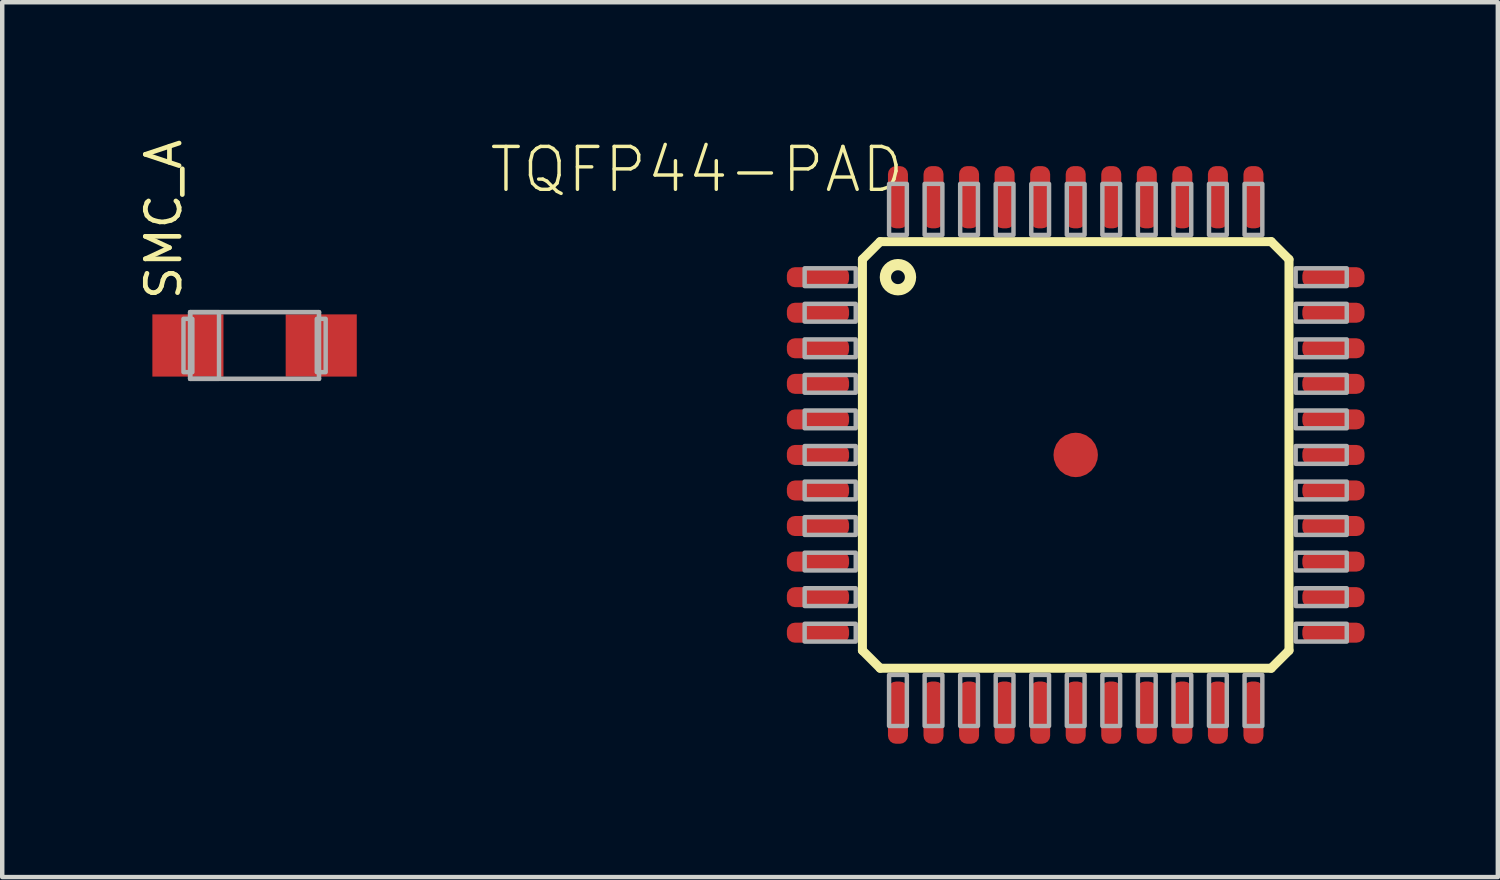
<source format=kicad_pcb>
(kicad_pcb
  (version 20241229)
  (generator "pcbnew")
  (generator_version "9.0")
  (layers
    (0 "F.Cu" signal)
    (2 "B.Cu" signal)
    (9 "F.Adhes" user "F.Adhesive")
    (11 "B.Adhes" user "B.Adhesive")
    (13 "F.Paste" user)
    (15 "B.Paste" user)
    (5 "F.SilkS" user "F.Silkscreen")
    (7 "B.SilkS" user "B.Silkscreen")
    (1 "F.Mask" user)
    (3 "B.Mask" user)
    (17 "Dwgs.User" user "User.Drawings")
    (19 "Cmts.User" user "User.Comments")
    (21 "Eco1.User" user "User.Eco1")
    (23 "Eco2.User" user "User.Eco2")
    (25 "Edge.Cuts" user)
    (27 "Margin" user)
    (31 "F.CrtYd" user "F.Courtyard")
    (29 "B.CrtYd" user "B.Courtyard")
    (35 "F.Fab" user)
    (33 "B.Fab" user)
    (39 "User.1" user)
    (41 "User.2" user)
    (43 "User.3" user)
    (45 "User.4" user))
  (footprint "TQFP44-PAD"
    (layer "F.Cu")
    (at 21.158 7.188)
    (property "Reference" "TQFP44-PAD" (at -3.81 -6.985 0) (layer "F.SilkS") (effects (font (size 0.965 0.965) (thickness 0.077)) (justify right top)))
    (attr through_hole)
    (fp_line (start -4.8 -4.4) (end -4.4 -4.8) (stroke (width 0.203) (type solid)) (layer "F.SilkS"))
    (fp_line (start -4.8 4.4) (end -4.8 -4.4) (stroke (width 0.203) (type solid)) (layer "F.SilkS"))
    (fp_line (start -4.4 -4.8) (end 4.4 -4.8) (stroke (width 0.203) (type solid)) (layer "F.SilkS"))
    (fp_line (start -4.4 4.8) (end -4.8 4.4) (stroke (width 0.203) (type solid)) (layer "F.SilkS"))
    (fp_line (start 4.4 -4.8) (end 4.8 -4.4) (stroke (width 0.203) (type solid)) (layer "F.SilkS"))
    (fp_line (start 4.4 4.8) (end -4.4 4.8) (stroke (width 0.203) (type solid)) (layer "F.SilkS"))
    (fp_line (start 4.8 -4.4) (end 4.8 4.4) (stroke (width 0.203) (type solid)) (layer "F.SilkS"))
    (fp_line (start 4.8 4.4) (end 4.4 4.8) (stroke (width 0.203) (type solid)) (layer "F.SilkS"))
    (fp_circle (center -4 -4) (end -3.717 -4) (stroke (width 0.254) (type solid)) (fill no) (layer "F.SilkS"))
    (fp_poly (pts (xy -6.1 -3.8) (xy -4.95 -3.8) (xy -4.95 -4.2) (xy -6.1 -4.2)) (stroke (width 0.1) (type solid)) (fill no) (layer "F.Fab"))
    (fp_poly (pts (xy -6.1 -3) (xy -4.95 -3) (xy -4.95 -3.4) (xy -6.1 -3.4)) (stroke (width 0.1) (type solid)) (fill no) (layer "F.Fab"))
    (fp_poly (pts (xy -6.1 -2.2) (xy -4.95 -2.2) (xy -4.95 -2.6) (xy -6.1 -2.6)) (stroke (width 0.1) (type solid)) (fill no) (layer "F.Fab"))
    (fp_poly (pts (xy -6.1 -1.4) (xy -4.95 -1.4) (xy -4.95 -1.8) (xy -6.1 -1.8)) (stroke (width 0.1) (type solid)) (fill no) (layer "F.Fab"))
    (fp_poly (pts (xy -6.1 -0.6) (xy -4.95 -0.6) (xy -4.95 -1) (xy -6.1 -1)) (stroke (width 0.1) (type solid)) (fill no) (layer "F.Fab"))
    (fp_poly (pts (xy -6.1 0.2) (xy -4.95 0.2) (xy -4.95 -0.2) (xy -6.1 -0.2)) (stroke (width 0.1) (type solid)) (fill no) (layer "F.Fab"))
    (fp_poly (pts (xy -6.1 1) (xy -4.95 1) (xy -4.95 0.6) (xy -6.1 0.6)) (stroke (width 0.1) (type solid)) (fill no) (layer "F.Fab"))
    (fp_poly (pts (xy -6.1 1.8) (xy -4.95 1.8) (xy -4.95 1.4) (xy -6.1 1.4)) (stroke (width 0.1) (type solid)) (fill no) (layer "F.Fab"))
    (fp_poly (pts (xy -6.1 2.6) (xy -4.95 2.6) (xy -4.95 2.2) (xy -6.1 2.2)) (stroke (width 0.1) (type solid)) (fill no) (layer "F.Fab"))
    (fp_poly (pts (xy -6.1 3.4) (xy -4.95 3.4) (xy -4.95 3) (xy -6.1 3)) (stroke (width 0.1) (type solid)) (fill no) (layer "F.Fab"))
    (fp_poly (pts (xy -6.1 4.2) (xy -4.95 4.2) (xy -4.95 3.8) (xy -6.1 3.8)) (stroke (width 0.1) (type solid)) (fill no) (layer "F.Fab"))
    (fp_poly (pts (xy -4.2 -4.95) (xy -3.8 -4.95) (xy -3.8 -6.1) (xy -4.2 -6.1)) (stroke (width 0.1) (type solid)) (fill no) (layer "F.Fab"))
    (fp_poly (pts (xy -4.2 6.1) (xy -3.8 6.1) (xy -3.8 4.95) (xy -4.2 4.95)) (stroke (width 0.1) (type solid)) (fill no) (layer "F.Fab"))
    (fp_poly (pts (xy -3.4 -4.95) (xy -3 -4.95) (xy -3 -6.1) (xy -3.4 -6.1)) (stroke (width 0.1) (type solid)) (fill no) (layer "F.Fab"))
    (fp_poly (pts (xy -3.4 6.1) (xy -3 6.1) (xy -3 4.95) (xy -3.4 4.95)) (stroke (width 0.1) (type solid)) (fill no) (layer "F.Fab"))
    (fp_poly (pts (xy -2.6 -4.95) (xy -2.2 -4.95) (xy -2.2 -6.1) (xy -2.6 -6.1)) (stroke (width 0.1) (type solid)) (fill no) (layer "F.Fab"))
    (fp_poly (pts (xy -2.6 6.1) (xy -2.2 6.1) (xy -2.2 4.95) (xy -2.6 4.95)) (stroke (width 0.1) (type solid)) (fill no) (layer "F.Fab"))
    (fp_poly (pts (xy -1.8 -4.95) (xy -1.4 -4.95) (xy -1.4 -6.1) (xy -1.8 -6.1)) (stroke (width 0.1) (type solid)) (fill no) (layer "F.Fab"))
    (fp_poly (pts (xy -1.8 6.1) (xy -1.4 6.1) (xy -1.4 4.95) (xy -1.8 4.95)) (stroke (width 0.1) (type solid)) (fill no) (layer "F.Fab"))
    (fp_poly (pts (xy -1 -4.95) (xy -0.6 -4.95) (xy -0.6 -6.1) (xy -1 -6.1)) (stroke (width 0.1) (type solid)) (fill no) (layer "F.Fab"))
    (fp_poly (pts (xy -1 6.1) (xy -0.6 6.1) (xy -0.6 4.95) (xy -1 4.95)) (stroke (width 0.1) (type solid)) (fill no) (layer "F.Fab"))
    (fp_poly (pts (xy -0.2 -4.95) (xy 0.2 -4.95) (xy 0.2 -6.1) (xy -0.2 -6.1)) (stroke (width 0.1) (type solid)) (fill no) (layer "F.Fab"))
    (fp_poly (pts (xy -0.2 6.1) (xy 0.2 6.1) (xy 0.2 4.95) (xy -0.2 4.95)) (stroke (width 0.1) (type solid)) (fill no) (layer "F.Fab"))
    (fp_poly (pts (xy 0.6 -4.95) (xy 1 -4.95) (xy 1 -6.1) (xy 0.6 -6.1)) (stroke (width 0.1) (type solid)) (fill no) (layer "F.Fab"))
    (fp_poly (pts (xy 0.6 6.1) (xy 1 6.1) (xy 1 4.95) (xy 0.6 4.95)) (stroke (width 0.1) (type solid)) (fill no) (layer "F.Fab"))
    (fp_poly (pts (xy 1.4 -4.95) (xy 1.8 -4.95) (xy 1.8 -6.1) (xy 1.4 -6.1)) (stroke (width 0.1) (type solid)) (fill no) (layer "F.Fab"))
    (fp_poly (pts (xy 1.4 6.1) (xy 1.8 6.1) (xy 1.8 4.95) (xy 1.4 4.95)) (stroke (width 0.1) (type solid)) (fill no) (layer "F.Fab"))
    (fp_poly (pts (xy 2.2 -4.95) (xy 2.6 -4.95) (xy 2.6 -6.1) (xy 2.2 -6.1)) (stroke (width 0.1) (type solid)) (fill no) (layer "F.Fab"))
    (fp_poly (pts (xy 2.2 6.1) (xy 2.6 6.1) (xy 2.6 4.95) (xy 2.2 4.95)) (stroke (width 0.1) (type solid)) (fill no) (layer "F.Fab"))
    (fp_poly (pts (xy 3 -4.95) (xy 3.4 -4.95) (xy 3.4 -6.1) (xy 3 -6.1)) (stroke (width 0.1) (type solid)) (fill no) (layer "F.Fab"))
    (fp_poly (pts (xy 3 6.1) (xy 3.4 6.1) (xy 3.4 4.95) (xy 3 4.95)) (stroke (width 0.1) (type solid)) (fill no) (layer "F.Fab"))
    (fp_poly (pts (xy 3.8 -4.95) (xy 4.2 -4.95) (xy 4.2 -6.1) (xy 3.8 -6.1)) (stroke (width 0.1) (type solid)) (fill no) (layer "F.Fab"))
    (fp_poly (pts (xy 3.8 6.1) (xy 4.2 6.1) (xy 4.2 4.95) (xy 3.8 4.95)) (stroke (width 0.1) (type solid)) (fill no) (layer "F.Fab"))
    (fp_poly (pts (xy 4.95 -3.8) (xy 6.1 -3.8) (xy 6.1 -4.2) (xy 4.95 -4.2)) (stroke (width 0.1) (type solid)) (fill no) (layer "F.Fab"))
    (fp_poly (pts (xy 4.95 -3) (xy 6.1 -3) (xy 6.1 -3.4) (xy 4.95 -3.4)) (stroke (width 0.1) (type solid)) (fill no) (layer "F.Fab"))
    (fp_poly (pts (xy 4.95 -2.2) (xy 6.1 -2.2) (xy 6.1 -2.6) (xy 4.95 -2.6)) (stroke (width 0.1) (type solid)) (fill no) (layer "F.Fab"))
    (fp_poly (pts (xy 4.95 -1.4) (xy 6.1 -1.4) (xy 6.1 -1.8) (xy 4.95 -1.8)) (stroke (width 0.1) (type solid)) (fill no) (layer "F.Fab"))
    (fp_poly (pts (xy 4.95 -0.6) (xy 6.1 -0.6) (xy 6.1 -1) (xy 4.95 -1)) (stroke (width 0.1) (type solid)) (fill no) (layer "F.Fab"))
    (fp_poly (pts (xy 4.95 0.2) (xy 6.1 0.2) (xy 6.1 -0.2) (xy 4.95 -0.2)) (stroke (width 0.1) (type solid)) (fill no) (layer "F.Fab"))
    (fp_poly (pts (xy 4.95 1) (xy 6.1 1) (xy 6.1 0.6) (xy 4.95 0.6)) (stroke (width 0.1) (type solid)) (fill no) (layer "F.Fab"))
    (fp_poly (pts (xy 4.95 1.8) (xy 6.1 1.8) (xy 6.1 1.4) (xy 4.95 1.4)) (stroke (width 0.1) (type solid)) (fill no) (layer "F.Fab"))
    (fp_poly (pts (xy 4.95 2.6) (xy 6.1 2.6) (xy 6.1 2.2) (xy 4.95 2.2)) (stroke (width 0.1) (type solid)) (fill no) (layer "F.Fab"))
    (fp_poly (pts (xy 4.95 3.4) (xy 6.1 3.4) (xy 6.1 3) (xy 4.95 3)) (stroke (width 0.1) (type solid)) (fill no) (layer "F.Fab"))
    (fp_poly (pts (xy 4.95 4.2) (xy 6.1 4.2) (xy 6.1 3.8) (xy 4.95 3.8)) (stroke (width 0.1) (type solid)) (fill no) (layer "F.Fab"))
    (pad "1" smd roundrect (at -5.8 -4) (size 1.4 0.45) (layers "F.Cu" "F.Mask" "F.Paste") (roundrect_rratio 0.4))
    (pad "2" smd roundrect (at -5.8 -3.2) (size 1.4 0.45) (layers "F.Cu" "F.Mask" "F.Paste") (roundrect_rratio 0.4))
    (pad "3" smd roundrect (at -5.8 -2.4) (size 1.4 0.45) (layers "F.Cu" "F.Mask" "F.Paste") (roundrect_rratio 0.4))
    (pad "4" smd roundrect (at -5.8 -1.6) (size 1.4 0.45) (layers "F.Cu" "F.Mask" "F.Paste") (roundrect_rratio 0.4))
    (pad "5" smd roundrect (at -5.8 -0.8) (size 1.4 0.45) (layers "F.Cu" "F.Mask" "F.Paste") (roundrect_rratio 0.4))
    (pad "6" smd roundrect (at -5.8 0) (size 1.4 0.45) (layers "F.Cu" "F.Mask" "F.Paste") (roundrect_rratio 0.4))
    (pad "7" smd roundrect (at -5.8 0.8) (size 1.4 0.45) (layers "F.Cu" "F.Mask" "F.Paste") (roundrect_rratio 0.4))
    (pad "8" smd roundrect (at -5.8 1.6) (size 1.4 0.45) (layers "F.Cu" "F.Mask" "F.Paste") (roundrect_rratio 0.4))
    (pad "9" smd roundrect (at -5.8 2.4) (size 1.4 0.45) (layers "F.Cu" "F.Mask" "F.Paste") (roundrect_rratio 0.4))
    (pad "10" smd roundrect (at -5.8 3.2) (size 1.4 0.45) (layers "F.Cu" "F.Mask" "F.Paste") (roundrect_rratio 0.4))
    (pad "11" smd roundrect (at -5.8 4) (size 1.4 0.45) (layers "F.Cu" "F.Mask" "F.Paste") (roundrect_rratio 0.4))
    (pad "12" smd roundrect (at -4 5.8) (size 0.45 1.4) (layers "F.Cu" "F.Mask" "F.Paste") (roundrect_rratio 0.4))
    (pad "13" smd roundrect (at -3.2 5.8) (size 0.45 1.4) (layers "F.Cu" "F.Mask" "F.Paste") (roundrect_rratio 0.4))
    (pad "14" smd roundrect (at -2.4 5.8) (size 0.45 1.4) (layers "F.Cu" "F.Mask" "F.Paste") (roundrect_rratio 0.4))
    (pad "15" smd roundrect (at -1.6 5.8) (size 0.45 1.4) (layers "F.Cu" "F.Mask" "F.Paste") (roundrect_rratio 0.4))
    (pad "16" smd roundrect (at -0.8 5.8) (size 0.45 1.4) (layers "F.Cu" "F.Mask" "F.Paste") (roundrect_rratio 0.4))
    (pad "17" smd roundrect (at 0 5.8) (size 0.45 1.4) (layers "F.Cu" "F.Mask" "F.Paste") (roundrect_rratio 0.4))
    (pad "18" smd roundrect (at 0.8 5.8) (size 0.45 1.4) (layers "F.Cu" "F.Mask" "F.Paste") (roundrect_rratio 0.4))
    (pad "19" smd roundrect (at 1.6 5.8) (size 0.45 1.4) (layers "F.Cu" "F.Mask" "F.Paste") (roundrect_rratio 0.4))
    (pad "20" smd roundrect (at 2.4 5.8) (size 0.45 1.4) (layers "F.Cu" "F.Mask" "F.Paste") (roundrect_rratio 0.4))
    (pad "21" smd roundrect (at 3.2 5.8) (size 0.45 1.4) (layers "F.Cu" "F.Mask" "F.Paste") (roundrect_rratio 0.4))
    (pad "22" smd roundrect (at 4 5.8) (size 0.45 1.4) (layers "F.Cu" "F.Mask" "F.Paste") (roundrect_rratio 0.4))
    (pad "23" smd roundrect (at 5.8 4) (size 1.4 0.45) (layers "F.Cu" "F.Mask" "F.Paste") (roundrect_rratio 0.4))
    (pad "24" smd roundrect (at 5.8 3.2) (size 1.4 0.45) (layers "F.Cu" "F.Mask" "F.Paste") (roundrect_rratio 0.4))
    (pad "25" smd roundrect (at 5.8 2.4) (size 1.4 0.45) (layers "F.Cu" "F.Mask" "F.Paste") (roundrect_rratio 0.4))
    (pad "26" smd roundrect (at 5.8 1.6) (size 1.4 0.45) (layers "F.Cu" "F.Mask" "F.Paste") (roundrect_rratio 0.4))
    (pad "27" smd roundrect (at 5.8 0.8) (size 1.4 0.45) (layers "F.Cu" "F.Mask" "F.Paste") (roundrect_rratio 0.4))
    (pad "28" smd roundrect (at 5.8 0) (size 1.4 0.45) (layers "F.Cu" "F.Mask" "F.Paste") (roundrect_rratio 0.4))
    (pad "29" smd roundrect (at 5.8 -0.8) (size 1.4 0.45) (layers "F.Cu" "F.Mask" "F.Paste") (roundrect_rratio 0.4))
    (pad "30" smd roundrect (at 5.8 -1.6) (size 1.4 0.45) (layers "F.Cu" "F.Mask" "F.Paste") (roundrect_rratio 0.4))
    (pad "31" smd roundrect (at 5.8 -2.4) (size 1.4 0.45) (layers "F.Cu" "F.Mask" "F.Paste") (roundrect_rratio 0.4))
    (pad "32" smd roundrect (at 5.8 -3.2) (size 1.4 0.45) (layers "F.Cu" "F.Mask" "F.Paste") (roundrect_rratio 0.4))
    (pad "33" smd roundrect (at 5.8 -4) (size 1.4 0.45) (layers "F.Cu" "F.Mask" "F.Paste") (roundrect_rratio 0.4))
    (pad "34" smd roundrect (at 4 -5.8) (size 0.45 1.4) (layers "F.Cu" "F.Mask" "F.Paste") (roundrect_rratio 0.4))
    (pad "35" smd roundrect (at 3.2 -5.8) (size 0.45 1.4) (layers "F.Cu" "F.Mask" "F.Paste") (roundrect_rratio 0.4))
    (pad "36" smd roundrect (at 2.4 -5.8) (size 0.45 1.4) (layers "F.Cu" "F.Mask" "F.Paste") (roundrect_rratio 0.4))
    (pad "37" smd roundrect (at 1.6 -5.8) (size 0.45 1.4) (layers "F.Cu" "F.Mask" "F.Paste") (roundrect_rratio 0.4))
    (pad "38" smd roundrect (at 0.8 -5.8) (size 0.45 1.4) (layers "F.Cu" "F.Mask" "F.Paste") (roundrect_rratio 0.4))
    (pad "39" smd roundrect (at 0 -5.8) (size 0.45 1.4) (layers "F.Cu" "F.Mask" "F.Paste") (roundrect_rratio 0.4))
    (pad "40" smd roundrect (at -0.8 -5.8) (size 0.45 1.4) (layers "F.Cu" "F.Mask" "F.Paste") (roundrect_rratio 0.4))
    (pad "41" smd roundrect (at -1.6 -5.8) (size 0.45 1.4) (layers "F.Cu" "F.Mask" "F.Paste") (roundrect_rratio 0.4))
    (pad "42" smd roundrect (at -2.4 -5.8) (size 0.45 1.4) (layers "F.Cu" "F.Mask" "F.Paste") (roundrect_rratio 0.4))
    (pad "43" smd roundrect (at -3.2 -5.8) (size 0.45 1.4) (layers "F.Cu" "F.Mask" "F.Paste") (roundrect_rratio 0.4))
    (pad "44" smd roundrect (at -4 -5.8) (size 0.45 1.4) (layers "F.Cu" "F.Mask" "F.Paste") (roundrect_rratio 0.4))
    (pad "P$1" smd roundrect (at 0 0) (size 1 1) (layers "F.Cu" "F.Mask" "F.Paste") (roundrect_rratio 0.5)))
  (footprint "SMC_A"
    (layer "F.Cu")
    (at 2.679 4.725)
    (property "Reference" "SMC_A" (at -1.6 -0.975 270) (layer "F.SilkS") (effects (font (size 0.76 0.76) (thickness 0.106)) (justify left bottom)))
    (attr through_hole)
    (fp_line (start -1.45 -0.75) (end 1.45 -0.75) (stroke (width 0.102) (type solid)) (layer "F.Fab"))
    (fp_line (start -1.45 0.75) (end -1.45 -0.75) (stroke (width 0.102) (type solid)) (layer "F.Fab"))
    (fp_line (start 1.45 -0.75) (end 1.45 0.75) (stroke (width 0.102) (type solid)) (layer "F.Fab"))
    (fp_line (start 1.45 0.75) (end -1.45 0.75) (stroke (width 0.102) (type solid)) (layer "F.Fab"))
    (fp_poly (pts (xy -1.6 0.6) (xy -1.4 0.6) (xy -1.4 -0.6) (xy -1.6 -0.6)) (stroke (width 0.1) (type solid)) (fill no) (layer "F.Fab"))
    (fp_poly (pts (xy -1.45 0.75) (xy -0.8 0.75) (xy -0.8 -0.75) (xy -1.45 -0.75)) (stroke (width 0.1) (type solid)) (fill no) (layer "F.Fab"))
    (fp_poly (pts (xy 1.6 -0.6) (xy 1.4 -0.6) (xy 1.4 0.6) (xy 1.6 0.6)) (stroke (width 0.1) (type solid)) (fill no) (layer "F.Fab"))
    (pad "+" smd rect (at -1.5 0) (size 1.6 1.4) (layers "F.Cu" "F.Mask" "F.Paste"))
    (pad "-" smd rect (at 1.5 0 180) (size 1.6 1.4) (layers "F.Cu" "F.Mask" "F.Paste")))
  (gr_rect
    (start -3 -3)
    (end 30.658 16.688)
    (stroke (width 0.1) (type default))
    (fill no)
    (layer "Edge.Cuts")))
</source>
